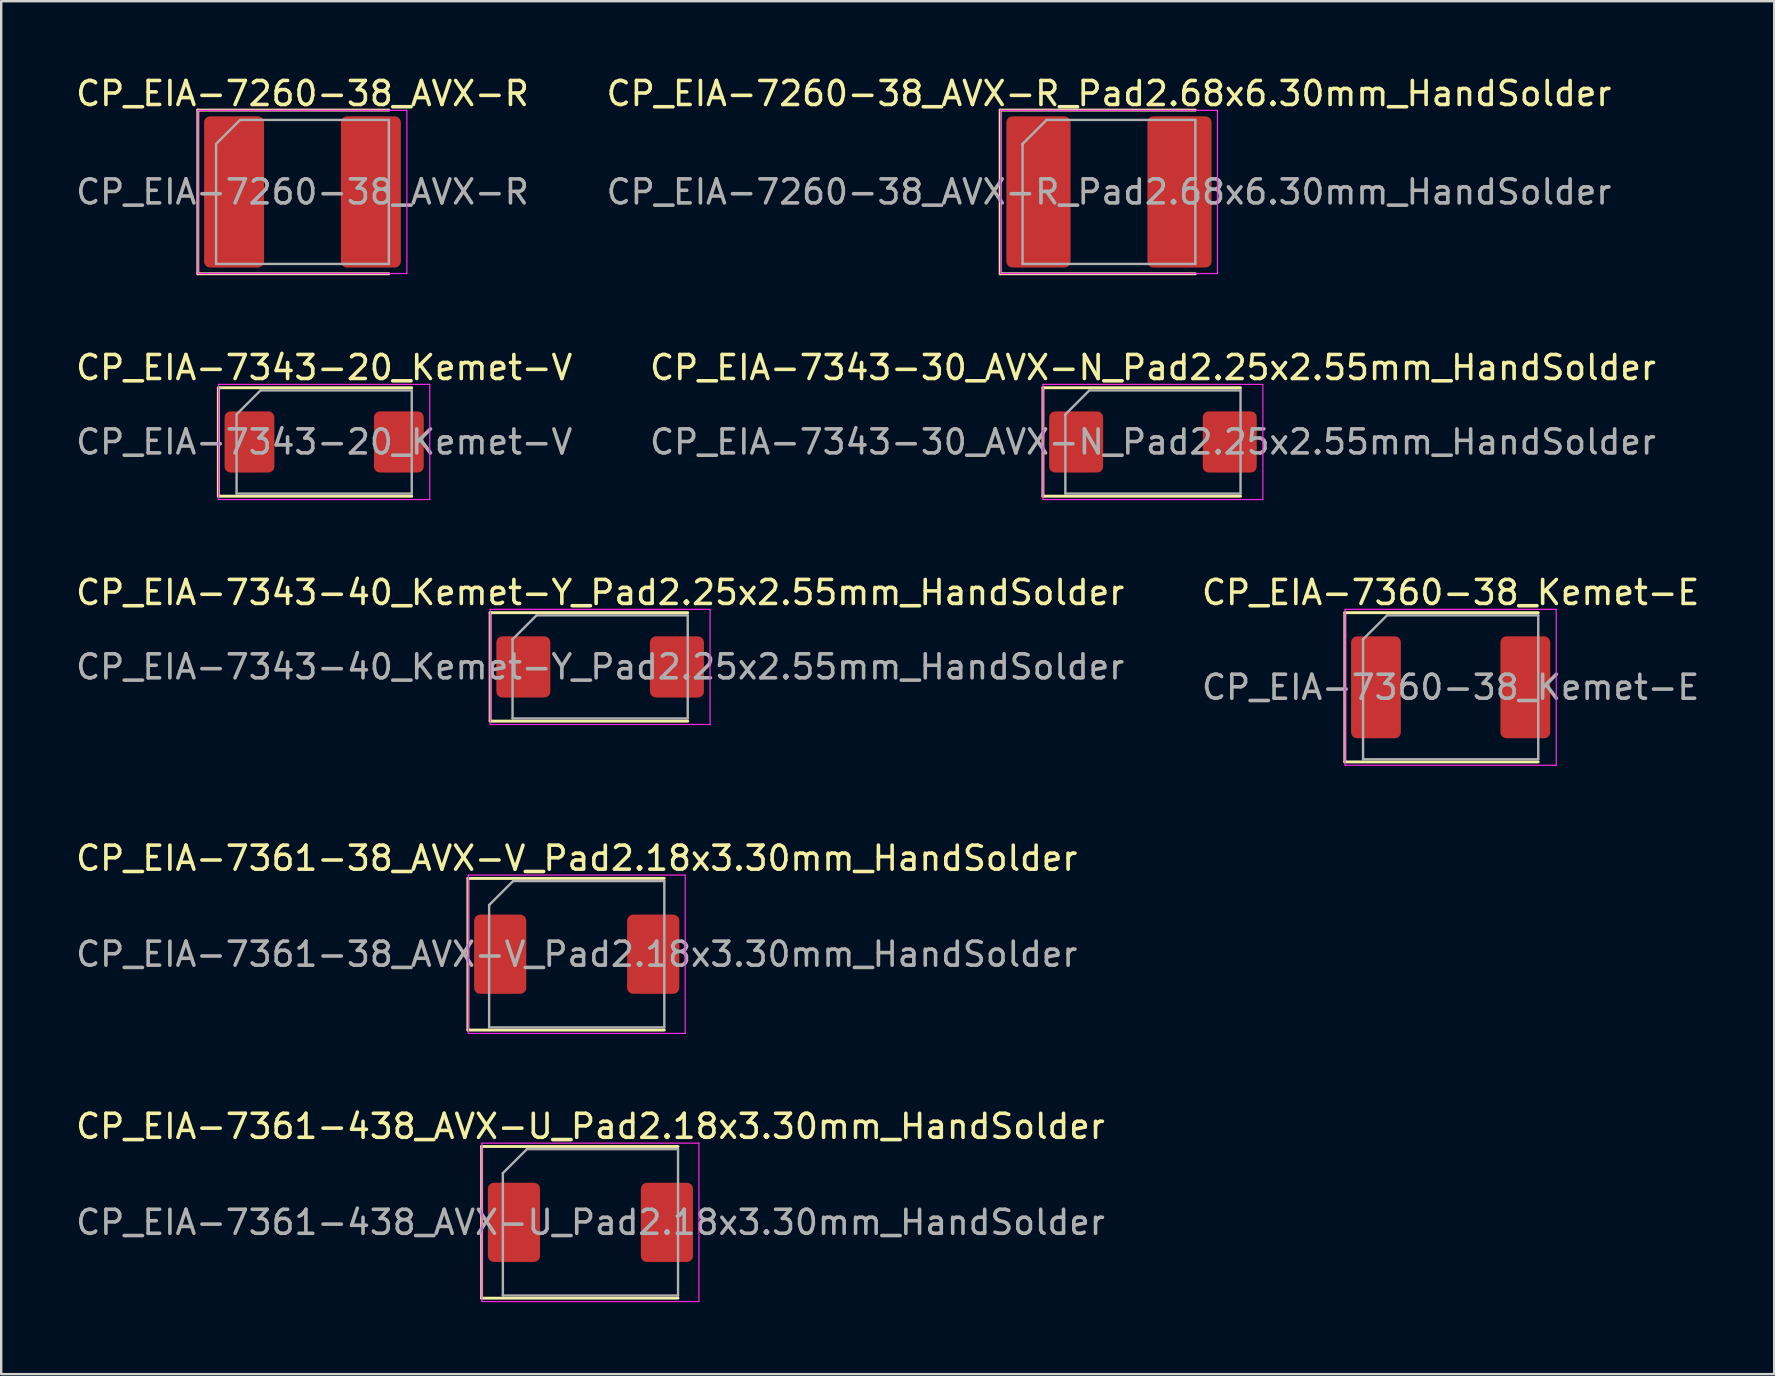
<source format=kicad_pcb>
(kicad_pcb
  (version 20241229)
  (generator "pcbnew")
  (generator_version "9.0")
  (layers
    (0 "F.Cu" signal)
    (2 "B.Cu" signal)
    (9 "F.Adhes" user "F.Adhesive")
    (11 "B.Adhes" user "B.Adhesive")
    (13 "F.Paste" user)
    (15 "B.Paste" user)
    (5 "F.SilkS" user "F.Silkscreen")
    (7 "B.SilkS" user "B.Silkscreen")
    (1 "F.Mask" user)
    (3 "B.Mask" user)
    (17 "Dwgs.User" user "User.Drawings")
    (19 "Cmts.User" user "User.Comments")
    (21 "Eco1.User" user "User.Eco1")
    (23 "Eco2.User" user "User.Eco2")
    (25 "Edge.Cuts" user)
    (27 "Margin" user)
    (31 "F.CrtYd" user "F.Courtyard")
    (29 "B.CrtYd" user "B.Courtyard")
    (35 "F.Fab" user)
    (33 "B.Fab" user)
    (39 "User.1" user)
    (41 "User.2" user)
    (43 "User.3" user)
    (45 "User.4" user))
  (footprint "CP_EIA-7343-30_AVX-N_Pad2.25x2.55mm_HandSolder"
    (layer "F.Cu")
    (at 44.994 15.367)
    (property "Reference" "CP_EIA-7343-30_AVX-N_Pad2.25x2.55mm_HandSolder" (at 0 -3.1 0) (layer "F.SilkS") (effects (font (size 1 1) (thickness 0.15))))
    (attr smd)
    (fp_line (start -4.585 -2.26) (end -4.585 2.26) (stroke (width 0.12) (type solid)) (layer "F.SilkS"))
    (fp_line (start -4.585 2.26) (end 3.65 2.26) (stroke (width 0.12) (type solid)) (layer "F.SilkS"))
    (fp_line (start 3.65 -2.26) (end -4.585 -2.26) (stroke (width 0.12) (type solid)) (layer "F.SilkS"))
    (fp_line (start -4.58 -2.4) (end 4.58 -2.4) (stroke (width 0.05) (type solid)) (layer "F.CrtYd"))
    (fp_line (start -4.58 2.4) (end -4.58 -2.4) (stroke (width 0.05) (type solid)) (layer "F.CrtYd"))
    (fp_line (start 4.58 -2.4) (end 4.58 2.4) (stroke (width 0.05) (type solid)) (layer "F.CrtYd"))
    (fp_line (start 4.58 2.4) (end -4.58 2.4) (stroke (width 0.05) (type solid)) (layer "F.CrtYd"))
    (fp_line (start -3.65 -1.15) (end -3.65 2.15) (stroke (width 0.1) (type solid)) (layer "F.Fab"))
    (fp_line (start -3.65 2.15) (end 3.65 2.15) (stroke (width 0.1) (type solid)) (layer "F.Fab"))
    (fp_line (start -2.65 -2.15) (end -3.65 -1.15) (stroke (width 0.1) (type solid)) (layer "F.Fab"))
    (fp_line (start 3.65 -2.15) (end -2.65 -2.15) (stroke (width 0.1) (type solid)) (layer "F.Fab"))
    (fp_line (start 3.65 2.15) (end 3.65 -2.15) (stroke (width 0.1) (type solid)) (layer "F.Fab"))
    (fp_text user "${REFERENCE}" (at 0 0 0) (layer "F.Fab") (effects (font (size 1 1) (thickness 0.15))))
    (pad "1" smd roundrect (at -3.2 0) (size 2.25 2.55) (layers "F.Cu" "F.Mask" "F.Paste") (roundrect_rratio 0.111))
    (pad "2" smd roundrect (at 3.2 0) (size 2.25 2.55) (layers "F.Cu" "F.Mask" "F.Paste") (roundrect_rratio 0.111)))
  (footprint "CP_EIA-7343-20_Kemet-V"
    (layer "F.Cu")
    (at 10.458 15.367)
    (property "Reference" "CP_EIA-7343-20_Kemet-V" (at 0 -3.1 0) (layer "F.SilkS") (effects (font (size 1 1) (thickness 0.15))))
    (attr smd)
    (fp_line (start -4.41 -2.26) (end -4.41 2.26) (stroke (width 0.12) (type solid)) (layer "F.SilkS"))
    (fp_line (start -4.41 2.26) (end 3.65 2.26) (stroke (width 0.12) (type solid)) (layer "F.SilkS"))
    (fp_line (start 3.65 -2.26) (end -4.41 -2.26) (stroke (width 0.12) (type solid)) (layer "F.SilkS"))
    (fp_line (start -4.4 -2.4) (end 4.4 -2.4) (stroke (width 0.05) (type solid)) (layer "F.CrtYd"))
    (fp_line (start -4.4 2.4) (end -4.4 -2.4) (stroke (width 0.05) (type solid)) (layer "F.CrtYd"))
    (fp_line (start 4.4 -2.4) (end 4.4 2.4) (stroke (width 0.05) (type solid)) (layer "F.CrtYd"))
    (fp_line (start 4.4 2.4) (end -4.4 2.4) (stroke (width 0.05) (type solid)) (layer "F.CrtYd"))
    (fp_line (start -3.65 -1.15) (end -3.65 2.15) (stroke (width 0.1) (type solid)) (layer "F.Fab"))
    (fp_line (start -3.65 2.15) (end 3.65 2.15) (stroke (width 0.1) (type solid)) (layer "F.Fab"))
    (fp_line (start -2.65 -2.15) (end -3.65 -1.15) (stroke (width 0.1) (type solid)) (layer "F.Fab"))
    (fp_line (start 3.65 -2.15) (end -2.65 -2.15) (stroke (width 0.1) (type solid)) (layer "F.Fab"))
    (fp_line (start 3.65 2.15) (end 3.65 -2.15) (stroke (width 0.1) (type solid)) (layer "F.Fab"))
    (fp_text user "${REFERENCE}" (at 0 0 0) (layer "F.Fab") (effects (font (size 1 1) (thickness 0.15))))
    (pad "1" smd roundrect (at -3.112 0) (size 2.075 2.55) (layers "F.Cu" "F.Mask" "F.Paste") (roundrect_rratio 0.12))
    (pad "2" smd roundrect (at 3.112 0) (size 2.075 2.55) (layers "F.Cu" "F.Mask" "F.Paste") (roundrect_rratio 0.12)))
  (footprint "CP_EIA-7260-38_AVX-R_Pad2.68x6.30mm_HandSolder"
    (layer "F.Cu")
    (at 43.161 4.948)
    (property "Reference" "CP_EIA-7260-38_AVX-R_Pad2.68x6.30mm_HandSolder" (at 0 -4.1 0) (layer "F.SilkS") (effects (font (size 1 1) (thickness 0.15))))
    (attr smd)
    (fp_line (start -4.535 -3.41) (end -4.535 3.41) (stroke (width 0.12) (type solid)) (layer "F.SilkS"))
    (fp_line (start -4.535 3.41) (end 3.6 3.41) (stroke (width 0.12) (type solid)) (layer "F.SilkS"))
    (fp_line (start 3.6 -3.41) (end -4.535 -3.41) (stroke (width 0.12) (type solid)) (layer "F.SilkS"))
    (fp_line (start -4.52 -3.4) (end 4.52 -3.4) (stroke (width 0.05) (type solid)) (layer "F.CrtYd"))
    (fp_line (start -4.52 3.4) (end -4.52 -3.4) (stroke (width 0.05) (type solid)) (layer "F.CrtYd"))
    (fp_line (start 4.52 -3.4) (end 4.52 3.4) (stroke (width 0.05) (type solid)) (layer "F.CrtYd"))
    (fp_line (start 4.52 3.4) (end -4.52 3.4) (stroke (width 0.05) (type solid)) (layer "F.CrtYd"))
    (fp_line (start -3.6 -2) (end -3.6 3) (stroke (width 0.1) (type solid)) (layer "F.Fab"))
    (fp_line (start -3.6 3) (end 3.6 3) (stroke (width 0.1) (type solid)) (layer "F.Fab"))
    (fp_line (start -2.6 -3) (end -3.6 -2) (stroke (width 0.1) (type solid)) (layer "F.Fab"))
    (fp_line (start 3.6 -3) (end -2.6 -3) (stroke (width 0.1) (type solid)) (layer "F.Fab"))
    (fp_line (start 3.6 3) (end 3.6 -3) (stroke (width 0.1) (type solid)) (layer "F.Fab"))
    (fp_text user "${REFERENCE}" (at 0 0 0) (layer "F.Fab") (effects (font (size 1 1) (thickness 0.15))))
    (pad "1" smd roundrect (at -2.938 0) (size 2.675 6.3) (layers "F.Cu" "F.Mask" "F.Paste") (roundrect_rratio 0.093))
    (pad "2" smd roundrect (at 2.938 0) (size 2.675 6.3) (layers "F.Cu" "F.Mask" "F.Paste") (roundrect_rratio 0.093)))
  (footprint "CP_EIA-7360-38_Kemet-E"
    (layer "F.Cu")
    (at 57.399 25.59)
    (property "Reference" "CP_EIA-7360-38_Kemet-E" (at 0 -3.95 0) (layer "F.SilkS") (effects (font (size 1 1) (thickness 0.15))))
    (attr smd)
    (fp_line (start -4.41 -3.11) (end -4.41 3.11) (stroke (width 0.12) (type solid)) (layer "F.SilkS"))
    (fp_line (start -4.41 3.11) (end 3.65 3.11) (stroke (width 0.12) (type solid)) (layer "F.SilkS"))
    (fp_line (start 3.65 -3.11) (end -4.41 -3.11) (stroke (width 0.12) (type solid)) (layer "F.SilkS"))
    (fp_line (start -4.4 -3.25) (end 4.4 -3.25) (stroke (width 0.05) (type solid)) (layer "F.CrtYd"))
    (fp_line (start -4.4 3.25) (end -4.4 -3.25) (stroke (width 0.05) (type solid)) (layer "F.CrtYd"))
    (fp_line (start 4.4 -3.25) (end 4.4 3.25) (stroke (width 0.05) (type solid)) (layer "F.CrtYd"))
    (fp_line (start 4.4 3.25) (end -4.4 3.25) (stroke (width 0.05) (type solid)) (layer "F.CrtYd"))
    (fp_line (start -3.65 -2) (end -3.65 3) (stroke (width 0.1) (type solid)) (layer "F.Fab"))
    (fp_line (start -3.65 3) (end 3.65 3) (stroke (width 0.1) (type solid)) (layer "F.Fab"))
    (fp_line (start -2.65 -3) (end -3.65 -2) (stroke (width 0.1) (type solid)) (layer "F.Fab"))
    (fp_line (start 3.65 -3) (end -2.65 -3) (stroke (width 0.1) (type solid)) (layer "F.Fab"))
    (fp_line (start 3.65 3) (end 3.65 -3) (stroke (width 0.1) (type solid)) (layer "F.Fab"))
    (fp_text user "${REFERENCE}" (at 0 0 0) (layer "F.Fab") (effects (font (size 1 1) (thickness 0.15))))
    (pad "1" smd roundrect (at -3.112 0) (size 2.075 4.25) (layers "F.Cu" "F.Mask" "F.Paste") (roundrect_rratio 0.12))
    (pad "2" smd roundrect (at 3.112 0) (size 2.075 4.25) (layers "F.Cu" "F.Mask" "F.Paste") (roundrect_rratio 0.12)))
  (footprint "CP_EIA-7361-438_AVX-U_Pad2.18x3.30mm_HandSolder"
    (layer "F.Cu")
    (at 21.554 47.886)
    (property "Reference" "CP_EIA-7361-438_AVX-U_Pad2.18x3.30mm_HandSolder" (at 0 -4 0) (layer "F.SilkS") (effects (font (size 1 1) (thickness 0.15))))
    (attr smd)
    (fp_line (start -4.535 -3.16) (end -4.535 3.16) (stroke (width 0.12) (type solid)) (layer "F.SilkS"))
    (fp_line (start -4.535 3.16) (end 3.65 3.16) (stroke (width 0.12) (type solid)) (layer "F.SilkS"))
    (fp_line (start 3.65 -3.16) (end -4.535 -3.16) (stroke (width 0.12) (type solid)) (layer "F.SilkS"))
    (fp_line (start -4.52 -3.3) (end 4.52 -3.3) (stroke (width 0.05) (type solid)) (layer "F.CrtYd"))
    (fp_line (start -4.52 3.3) (end -4.52 -3.3) (stroke (width 0.05) (type solid)) (layer "F.CrtYd"))
    (fp_line (start 4.52 -3.3) (end 4.52 3.3) (stroke (width 0.05) (type solid)) (layer "F.CrtYd"))
    (fp_line (start 4.52 3.3) (end -4.52 3.3) (stroke (width 0.05) (type solid)) (layer "F.CrtYd"))
    (fp_line (start -3.65 -2.05) (end -3.65 3.05) (stroke (width 0.1) (type solid)) (layer "F.Fab"))
    (fp_line (start -3.65 3.05) (end 3.65 3.05) (stroke (width 0.1) (type solid)) (layer "F.Fab"))
    (fp_line (start -2.65 -3.05) (end -3.65 -2.05) (stroke (width 0.1) (type solid)) (layer "F.Fab"))
    (fp_line (start 3.65 -3.05) (end -2.65 -3.05) (stroke (width 0.1) (type solid)) (layer "F.Fab"))
    (fp_line (start 3.65 3.05) (end 3.65 -3.05) (stroke (width 0.1) (type solid)) (layer "F.Fab"))
    (fp_text user "${REFERENCE}" (at 0 0 0) (layer "F.Fab") (effects (font (size 1 1) (thickness 0.15))))
    (pad "1" smd roundrect (at -3.188 0) (size 2.175 3.3) (layers "F.Cu" "F.Mask" "F.Paste") (roundrect_rratio 0.115))
    (pad "2" smd roundrect (at 3.188 0) (size 2.175 3.3) (layers "F.Cu" "F.Mask" "F.Paste") (roundrect_rratio 0.115)))
  (footprint "CP_EIA-7361-38_AVX-V_Pad2.18x3.30mm_HandSolder"
    (layer "F.Cu")
    (at 20.982 36.713)
    (property "Reference" "CP_EIA-7361-38_AVX-V_Pad2.18x3.30mm_HandSolder" (at 0 -4 0) (layer "F.SilkS") (effects (font (size 1 1) (thickness 0.15))))
    (attr smd)
    (fp_line (start -4.535 -3.16) (end -4.535 3.16) (stroke (width 0.12) (type solid)) (layer "F.SilkS"))
    (fp_line (start -4.535 3.16) (end 3.65 3.16) (stroke (width 0.12) (type solid)) (layer "F.SilkS"))
    (fp_line (start 3.65 -3.16) (end -4.535 -3.16) (stroke (width 0.12) (type solid)) (layer "F.SilkS"))
    (fp_line (start -4.52 -3.3) (end 4.52 -3.3) (stroke (width 0.05) (type solid)) (layer "F.CrtYd"))
    (fp_line (start -4.52 3.3) (end -4.52 -3.3) (stroke (width 0.05) (type solid)) (layer "F.CrtYd"))
    (fp_line (start 4.52 -3.3) (end 4.52 3.3) (stroke (width 0.05) (type solid)) (layer "F.CrtYd"))
    (fp_line (start 4.52 3.3) (end -4.52 3.3) (stroke (width 0.05) (type solid)) (layer "F.CrtYd"))
    (fp_line (start -3.65 -2.05) (end -3.65 3.05) (stroke (width 0.1) (type solid)) (layer "F.Fab"))
    (fp_line (start -3.65 3.05) (end 3.65 3.05) (stroke (width 0.1) (type solid)) (layer "F.Fab"))
    (fp_line (start -2.65 -3.05) (end -3.65 -2.05) (stroke (width 0.1) (type solid)) (layer "F.Fab"))
    (fp_line (start 3.65 -3.05) (end -2.65 -3.05) (stroke (width 0.1) (type solid)) (layer "F.Fab"))
    (fp_line (start 3.65 3.05) (end 3.65 -3.05) (stroke (width 0.1) (type solid)) (layer "F.Fab"))
    (fp_text user "${REFERENCE}" (at 0 0 0) (layer "F.Fab") (effects (font (size 1 1) (thickness 0.15))))
    (pad "1" smd roundrect (at -3.188 0) (size 2.175 3.3) (layers "F.Cu" "F.Mask" "F.Paste") (roundrect_rratio 0.115))
    (pad "2" smd roundrect (at 3.188 0) (size 2.175 3.3) (layers "F.Cu" "F.Mask" "F.Paste") (roundrect_rratio 0.115)))
  (footprint "CP_EIA-7260-38_AVX-R"
    (layer "F.Cu")
    (at 9.554 4.948)
    (property "Reference" "CP_EIA-7260-38_AVX-R" (at 0 -4.1 0) (layer "F.SilkS") (effects (font (size 1 1) (thickness 0.15))))
    (attr smd)
    (fp_line (start -4.36 -3.41) (end -4.36 3.41) (stroke (width 0.12) (type solid)) (layer "F.SilkS"))
    (fp_line (start -4.36 3.41) (end 3.6 3.41) (stroke (width 0.12) (type solid)) (layer "F.SilkS"))
    (fp_line (start 3.6 -3.41) (end -4.36 -3.41) (stroke (width 0.12) (type solid)) (layer "F.SilkS"))
    (fp_line (start -4.35 -3.4) (end 4.35 -3.4) (stroke (width 0.05) (type solid)) (layer "F.CrtYd"))
    (fp_line (start -4.35 3.4) (end -4.35 -3.4) (stroke (width 0.05) (type solid)) (layer "F.CrtYd"))
    (fp_line (start 4.35 -3.4) (end 4.35 3.4) (stroke (width 0.05) (type solid)) (layer "F.CrtYd"))
    (fp_line (start 4.35 3.4) (end -4.35 3.4) (stroke (width 0.05) (type solid)) (layer "F.CrtYd"))
    (fp_line (start -3.6 -2) (end -3.6 3) (stroke (width 0.1) (type solid)) (layer "F.Fab"))
    (fp_line (start -3.6 3) (end 3.6 3) (stroke (width 0.1) (type solid)) (layer "F.Fab"))
    (fp_line (start -2.6 -3) (end -3.6 -2) (stroke (width 0.1) (type solid)) (layer "F.Fab"))
    (fp_line (start 3.6 -3) (end -2.6 -3) (stroke (width 0.1) (type solid)) (layer "F.Fab"))
    (fp_line (start 3.6 3) (end 3.6 -3) (stroke (width 0.1) (type solid)) (layer "F.Fab"))
    (fp_text user "${REFERENCE}" (at 0 0 0) (layer "F.Fab") (effects (font (size 1 1) (thickness 0.15))))
    (pad "1" smd roundrect (at -2.85 0) (size 2.5 6.3) (layers "F.Cu" "F.Mask" "F.Paste") (roundrect_rratio 0.1))
    (pad "2" smd roundrect (at 2.85 0) (size 2.5 6.3) (layers "F.Cu" "F.Mask" "F.Paste") (roundrect_rratio 0.1)))
  (footprint "CP_EIA-7343-40_Kemet-Y_Pad2.25x2.55mm_HandSolder"
    (layer "F.Cu")
    (at 21.958 24.74)
    (property "Reference" "CP_EIA-7343-40_Kemet-Y_Pad2.25x2.55mm_HandSolder" (at 0 -3.1 0) (layer "F.SilkS") (effects (font (size 1 1) (thickness 0.15))))
    (attr smd)
    (fp_line (start -4.585 -2.26) (end -4.585 2.26) (stroke (width 0.12) (type solid)) (layer "F.SilkS"))
    (fp_line (start -4.585 2.26) (end 3.65 2.26) (stroke (width 0.12) (type solid)) (layer "F.SilkS"))
    (fp_line (start 3.65 -2.26) (end -4.585 -2.26) (stroke (width 0.12) (type solid)) (layer "F.SilkS"))
    (fp_line (start -4.58 -2.4) (end 4.58 -2.4) (stroke (width 0.05) (type solid)) (layer "F.CrtYd"))
    (fp_line (start -4.58 2.4) (end -4.58 -2.4) (stroke (width 0.05) (type solid)) (layer "F.CrtYd"))
    (fp_line (start 4.58 -2.4) (end 4.58 2.4) (stroke (width 0.05) (type solid)) (layer "F.CrtYd"))
    (fp_line (start 4.58 2.4) (end -4.58 2.4) (stroke (width 0.05) (type solid)) (layer "F.CrtYd"))
    (fp_line (start -3.65 -1.15) (end -3.65 2.15) (stroke (width 0.1) (type solid)) (layer "F.Fab"))
    (fp_line (start -3.65 2.15) (end 3.65 2.15) (stroke (width 0.1) (type solid)) (layer "F.Fab"))
    (fp_line (start -2.65 -2.15) (end -3.65 -1.15) (stroke (width 0.1) (type solid)) (layer "F.Fab"))
    (fp_line (start 3.65 -2.15) (end -2.65 -2.15) (stroke (width 0.1) (type solid)) (layer "F.Fab"))
    (fp_line (start 3.65 2.15) (end 3.65 -2.15) (stroke (width 0.1) (type solid)) (layer "F.Fab"))
    (fp_text user "${REFERENCE}" (at 0 0 0) (layer "F.Fab") (effects (font (size 1 1) (thickness 0.15))))
    (pad "1" smd roundrect (at -3.2 0) (size 2.25 2.55) (layers "F.Cu" "F.Mask" "F.Paste") (roundrect_rratio 0.111))
    (pad "2" smd roundrect (at 3.2 0) (size 2.25 2.55) (layers "F.Cu" "F.Mask" "F.Paste") (roundrect_rratio 0.111)))
  (gr_rect
    (start -3 -3)
    (end 70.881 54.211)
    (stroke (width 0.1) (type default))
    (fill no)
    (layer "Edge.Cuts")))
</source>
